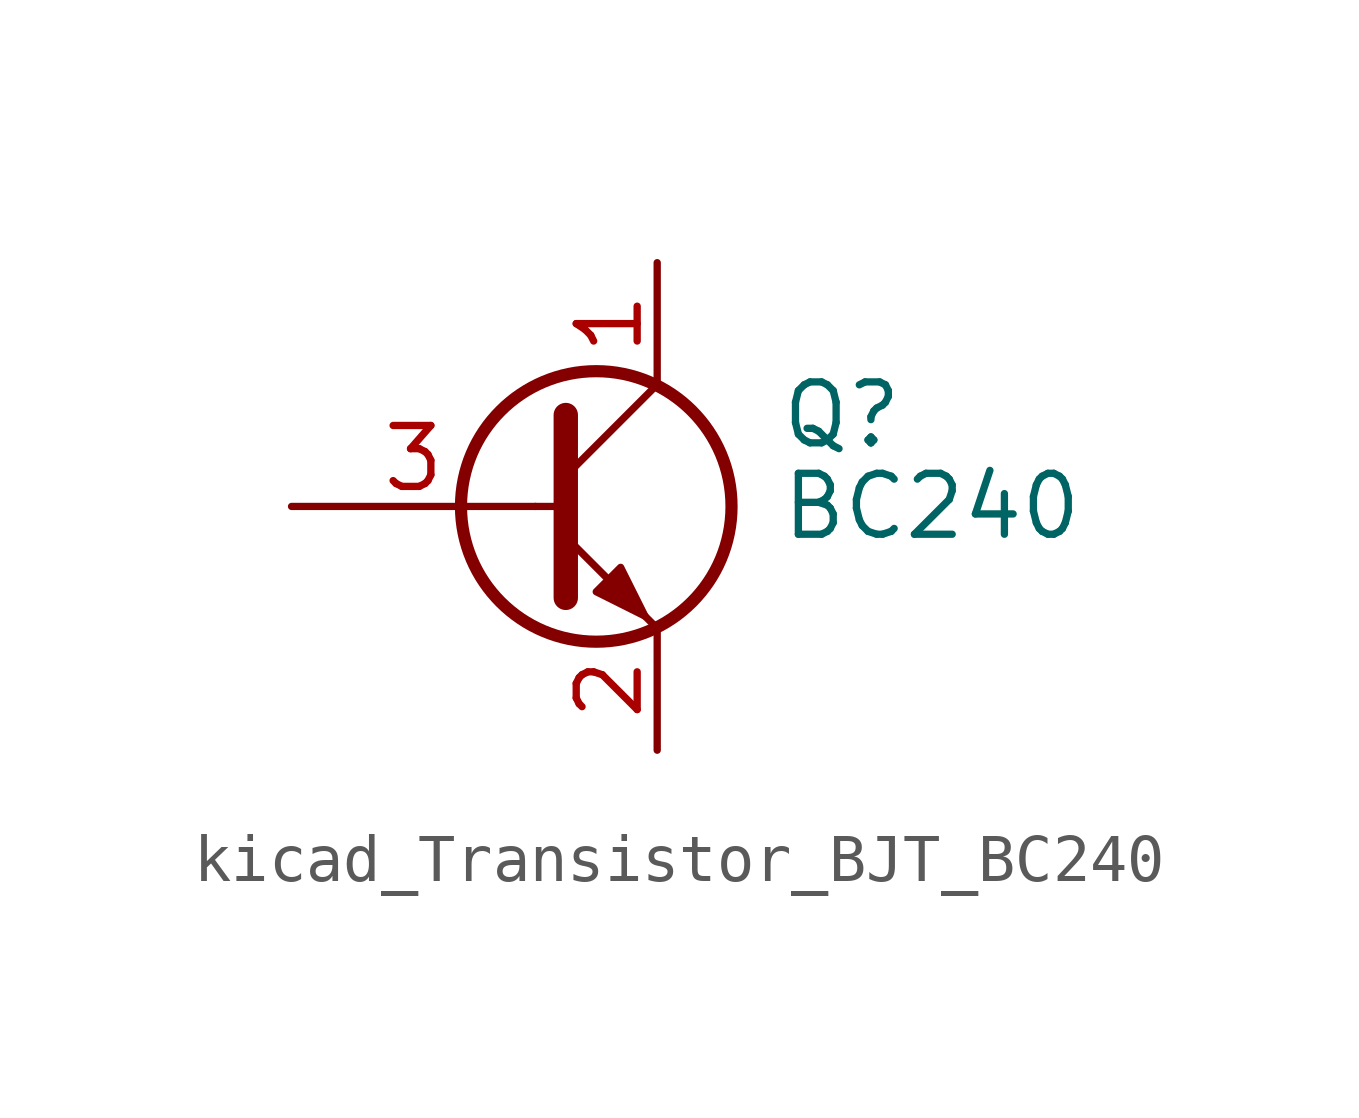
<source format=kicad_sym>
(kicad_symbol_lib
  (version 20220914)
  (generator kicad_symbol_editor)
  (symbol "kicad_Transistor_BJT_BC240"
    (pin_names
      (offset 0) hide)
    (property "Reference" "Q"
      (at 5.08 1.905 0)
      (effects (font (size 1.27 1.27)) (justify left)))
    (property "Value" "BC240"
      (at 5.08 0 0)
      (effects (font (size 1.27 1.27)) (justify left)))
    (symbol "kicad_Transistor_BJT_BC240_0_1"
      (polyline (pts (xy 0 0) (xy 0.635 0)) (stroke (width 0) (type default)) (fill (type none)))
      (polyline (pts (xy 0.635 0.635) (xy 2.54 2.54)) (stroke (width 0) (type default)) (fill (type none)))
      (polyline (pts (xy 0.635 -0.635) (xy 2.54 -2.54) (xy 2.54 -2.54)) (stroke (width 0) (type default)) (fill (type none)))
      (polyline (pts (xy 0.635 1.905) (xy 0.635 -1.905) (xy 0.635 -1.905)) (stroke (width 0.508) (type default)) (fill (type none)))
      (polyline (pts (xy 1.27 -1.778) (xy 1.778 -1.27) (xy 2.286 -2.286) (xy 1.27 -1.778) (xy 1.27 -1.778)) (stroke (width 0) (type default)) (fill (type outline)))
      (circle (center 1.27 0) (radius 2.819) (stroke (width 0.254) (type default)) (fill (type none))))
    (symbol "kicad_Transistor_BJT_BC240_1_1"
      (pin passive line (at 2.54 5.08 270) (length 2.54) (name "C" (effects (font (size 1.27 1.27)))) (number "1" (effects (font (size 1.27 1.27)))))
      (pin passive line (at 2.54 -5.08 90) (length 2.54) (name "E" (effects (font (size 1.27 1.27)))) (number "2" (effects (font (size 1.27 1.27)))))
      (pin input line (at -5.08 0 0) (length 5.08) (name "B" (effects (font (size 1.27 1.27)))) (number "3" (effects (font (size 1.27 1.27))))))))
</source>
